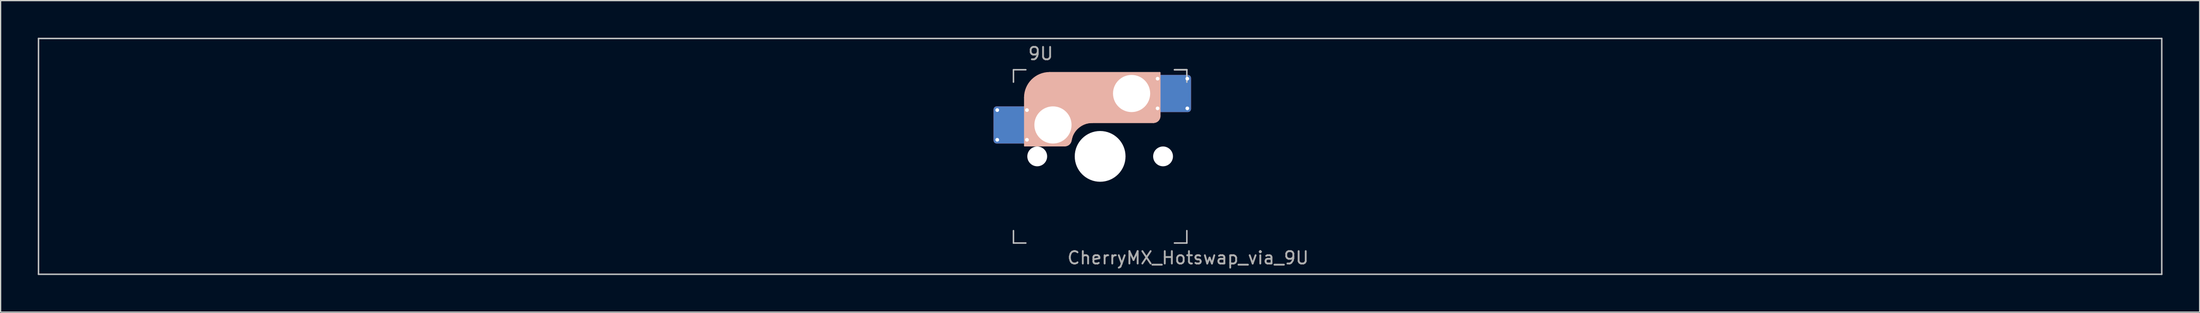
<source format=kicad_pcb>
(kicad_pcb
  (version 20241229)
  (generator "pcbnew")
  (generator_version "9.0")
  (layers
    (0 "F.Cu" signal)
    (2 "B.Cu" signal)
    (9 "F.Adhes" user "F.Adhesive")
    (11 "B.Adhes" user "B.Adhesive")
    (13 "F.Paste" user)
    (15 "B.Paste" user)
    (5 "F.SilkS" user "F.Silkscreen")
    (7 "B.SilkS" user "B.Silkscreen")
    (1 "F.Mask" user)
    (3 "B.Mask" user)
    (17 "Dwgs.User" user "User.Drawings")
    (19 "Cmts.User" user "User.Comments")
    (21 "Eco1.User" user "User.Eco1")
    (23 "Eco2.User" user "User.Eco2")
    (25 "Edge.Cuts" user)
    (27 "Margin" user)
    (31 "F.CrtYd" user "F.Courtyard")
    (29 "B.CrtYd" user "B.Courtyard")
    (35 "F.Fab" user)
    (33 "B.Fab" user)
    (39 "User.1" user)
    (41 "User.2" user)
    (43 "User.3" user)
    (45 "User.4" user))
  (footprint "CherryMX_Hotswap_via_9U"
    (layer "F.Cu")
    (at 85.785 9.585)
    (property "Reference" "CherryMX_Hotswap_via_9U" (at 7.1 8.2 0) (layer "F.Fab") (effects (font (size 1 1) (thickness 0.15))))
    (attr through_hole)
    (fp_line (start -8.11 -1.74) (end -8.11 -3.34) (stroke (width 0.12) (type solid)) (layer "B.Mask"))
    (fp_line (start -7.91 -3.54) (end -6.31 -3.54) (stroke (width 0.12) (type solid)) (layer "B.Mask"))
    (fp_line (start -6.31 -1.54) (end -7.91 -1.54) (stroke (width 0.12) (type solid)) (layer "B.Mask"))
    (fp_line (start -6.11 -3.34) (end -6.11 -1.74) (stroke (width 0.12) (type solid)) (layer "B.Mask"))
    (fp_line (start 4.84 -5.88) (end 4.84 -4.28) (stroke (width 0.12) (type solid)) (layer "B.Mask"))
    (fp_line (start 5.04 -6.08) (end 6.64 -6.08) (stroke (width 0.12) (type solid)) (layer "B.Mask"))
    (fp_line (start 5.04 -4.08) (end 6.64 -4.08) (stroke (width 0.12) (type solid)) (layer "B.Mask"))
    (fp_line (start 6.84 -4.28) (end 6.84 -5.88) (stroke (width 0.12) (type solid)) (layer "B.Mask"))
    (fp_arc (start -8.11 -3.34) (mid -8.051421 -3.481421) (end -7.91 -3.54) (stroke (width 0.12) (type solid)) (layer "B.Mask"))
    (fp_arc (start -7.91 -1.54) (mid -8.051421 -1.598579) (end -8.11 -1.74) (stroke (width 0.12) (type solid)) (layer "B.Mask"))
    (fp_arc (start -6.31 -3.54) (mid -6.168579 -3.481421) (end -6.11 -3.34) (stroke (width 0.12) (type solid)) (layer "B.Mask"))
    (fp_arc (start -6.11 -1.74) (mid -6.168579 -1.598579) (end -6.31 -1.54) (stroke (width 0.12) (type solid)) (layer "B.Mask"))
    (fp_arc (start 4.84 -5.88) (mid 4.898579 -6.021421) (end 5.04 -6.08) (stroke (width 0.12) (type solid)) (layer "B.Mask"))
    (fp_arc (start 5.04 -4.08) (mid 4.898579 -4.138579) (end 4.84 -4.28) (stroke (width 0.12) (type solid)) (layer "B.Mask"))
    (fp_arc (start 6.64 -6.08) (mid 6.781421 -6.021421) (end 6.84 -5.88) (stroke (width 0.12) (type solid)) (layer "B.Mask"))
    (fp_arc (start 6.84 -4.28) (mid 6.781421 -4.138579) (end 6.64 -4.08) (stroke (width 0.12) (type solid)) (layer "B.Mask"))
    (fp_poly (pts (xy -6.11 -3.34) (xy -6.11 -1.74) (xy -6.31 -1.54) (xy -7.91 -1.54) (xy -8.11 -1.74) (xy -8.11 -3.34) (xy -7.91 -3.54) (xy -6.31 -3.54)) (stroke (width 0.1) (type solid)) (fill yes) (layer "B.Mask"))
    (fp_poly (pts (xy 6.84 -5.88) (xy 6.84 -4.28) (xy 6.64 -4.08) (xy 5.04 -4.08) (xy 4.84 -4.28) (xy 4.84 -5.88) (xy 5.04 -6.08) (xy 6.64 -6.08)) (stroke (width 0.1) (type solid)) (fill yes) (layer "B.Mask"))
    (fp_line (start -6.085 -0.865) (end -6.085 -4.755) (stroke (width 0.12) (type solid)) (layer "B.SilkS"))
    (fp_line (start -4.085 -6.755) (end 4.815 -6.755) (stroke (width 0.12) (type solid)) (layer "B.SilkS"))
    (fp_line (start -2.852 -0.865) (end -6.085 -0.865) (stroke (width 0.12) (type solid)) (layer "B.SilkS"))
    (fp_line (start -0.635 -2.755) (end 4.315 -2.755) (stroke (width 0.12) (type solid)) (layer "B.SilkS"))
    (fp_line (start 4.815 -6.755) (end 4.815 -3.255) (stroke (width 0.12) (type solid)) (layer "B.SilkS"))
    (fp_arc (start -6.085 -4.755) (mid -5.499214 -6.169214) (end -4.085 -6.755) (stroke (width 0.12) (type solid)) (layer "B.SilkS"))
    (fp_arc (start -2.360959 -1.278326) (mid -1.770727 -2.335454) (end -0.635 -2.755) (stroke (width 0.12) (type solid)) (layer "B.SilkS"))
    (fp_arc (start -2.36 -1.278176) (mid -2.53101 -0.981978) (end -2.852404 -0.865) (stroke (width 0.12) (type solid)) (layer "B.SilkS"))
    (fp_arc (start 4.815 -3.255) (mid 4.668553 -2.901447) (end 4.315 -2.755) (stroke (width 0.12) (type solid)) (layer "B.SilkS"))
    (fp_poly (pts (xy 4.815 -3.255) (xy 4.633 -2.937) (xy 4.315 -2.755) (xy -0.635 -2.755) (xy -1.259 -2.696) (xy -1.805 -2.376) (xy -2.207 -1.885) (xy -2.361 -1.278) (xy -2.563 -1.02) (xy -2.852 -0.865) (xy -6.085 -0.865) (xy -6.085 -4.755) (xy -5.887 -5.501) (xy -5.464 -6.134) (xy -4.831 -6.557) (xy -4.085 -6.755) (xy 4.815 -6.755)) (stroke (width 0.1) (type solid)) (fill yes) (layer "B.SilkS"))
    (fp_line (start -8.11 -1.74) (end -8.11 -3.34) (stroke (width 0.12) (type solid)) (layer "B.Paste"))
    (fp_line (start -7.91 -3.54) (end -6.31 -3.54) (stroke (width 0.12) (type solid)) (layer "B.Paste"))
    (fp_line (start -6.31 -1.54) (end -7.91 -1.54) (stroke (width 0.12) (type solid)) (layer "B.Paste"))
    (fp_line (start -6.11 -3.34) (end -6.11 -1.74) (stroke (width 0.12) (type solid)) (layer "B.Paste"))
    (fp_line (start 4.84 -5.88) (end 4.84 -4.28) (stroke (width 0.12) (type solid)) (layer "B.Paste"))
    (fp_line (start 5.04 -6.08) (end 6.64 -6.08) (stroke (width 0.12) (type solid)) (layer "B.Paste"))
    (fp_line (start 5.04 -4.08) (end 6.64 -4.08) (stroke (width 0.12) (type solid)) (layer "B.Paste"))
    (fp_line (start 6.84 -4.28) (end 6.84 -5.88) (stroke (width 0.12) (type solid)) (layer "B.Paste"))
    (fp_arc (start -8.11 -3.34) (mid -8.051421 -3.481421) (end -7.91 -3.54) (stroke (width 0.12) (type solid)) (layer "B.Paste"))
    (fp_arc (start -7.91 -1.54) (mid -8.051421 -1.598579) (end -8.11 -1.74) (stroke (width 0.12) (type solid)) (layer "B.Paste"))
    (fp_arc (start -6.31 -3.54) (mid -6.168579 -3.481421) (end -6.11 -3.34) (stroke (width 0.12) (type solid)) (layer "B.Paste"))
    (fp_arc (start -6.11 -1.74) (mid -6.168579 -1.598579) (end -6.31 -1.54) (stroke (width 0.12) (type solid)) (layer "B.Paste"))
    (fp_arc (start 4.84 -5.88) (mid 4.898579 -6.021421) (end 5.04 -6.08) (stroke (width 0.12) (type solid)) (layer "B.Paste"))
    (fp_arc (start 5.04 -4.08) (mid 4.898579 -4.138579) (end 4.84 -4.28) (stroke (width 0.12) (type solid)) (layer "B.Paste"))
    (fp_arc (start 6.64 -6.08) (mid 6.781421 -6.021421) (end 6.84 -5.88) (stroke (width 0.12) (type solid)) (layer "B.Paste"))
    (fp_arc (start 6.84 -4.28) (mid 6.781421 -4.138579) (end 6.64 -4.08) (stroke (width 0.12) (type solid)) (layer "B.Paste"))
    (fp_poly (pts (xy -6.11 -3.34) (xy -6.11 -1.74) (xy -6.31 -1.54) (xy -7.91 -1.54) (xy -8.11 -1.74) (xy -8.11 -3.34) (xy -7.91 -3.54) (xy -6.31 -3.54)) (stroke (width 0.1) (type solid)) (fill yes) (layer "B.Paste"))
    (fp_poly (pts (xy 6.84 -5.88) (xy 6.84 -4.28) (xy 6.64 -4.08) (xy 5.04 -4.08) (xy 4.84 -4.28) (xy 4.84 -5.88) (xy 5.04 -6.08) (xy 6.64 -6.08)) (stroke (width 0.1) (type solid)) (fill yes) (layer "B.Paste"))
    (fp_line (start -85.725 -9.525) (end 85.725 -9.525) (stroke (width 0.12) (type solid)) (layer "Dwgs.User"))
    (fp_line (start -85.725 9.525) (end -85.725 -9.525) (stroke (width 0.12) (type solid)) (layer "Dwgs.User"))
    (fp_line (start -7 -7) (end -7 -6) (stroke (width 0.12) (type solid)) (layer "Dwgs.User"))
    (fp_line (start -7 -7) (end -6 -7) (stroke (width 0.12) (type solid)) (layer "Dwgs.User"))
    (fp_line (start -7 7) (end -7 6) (stroke (width 0.12) (type solid)) (layer "Dwgs.User"))
    (fp_line (start -7 7) (end -6 7) (stroke (width 0.12) (type solid)) (layer "Dwgs.User"))
    (fp_line (start 6 -7) (end 7 -7) (stroke (width 0.12) (type solid)) (layer "Dwgs.User"))
    (fp_line (start 7 -7) (end 6 -7) (stroke (width 0.12) (type solid)) (layer "Dwgs.User"))
    (fp_line (start 7 -7) (end 7 -6) (stroke (width 0.12) (type solid)) (layer "Dwgs.User"))
    (fp_line (start 7 7) (end 6 7) (stroke (width 0.12) (type solid)) (layer "Dwgs.User"))
    (fp_line (start 7 7) (end 7 6) (stroke (width 0.12) (type solid)) (layer "Dwgs.User"))
    (fp_line (start 85.725 -9.525) (end 85.725 9.525) (stroke (width 0.12) (type solid)) (layer "Dwgs.User"))
    (fp_line (start 85.725 9.525) (end -85.725 9.525) (stroke (width 0.12) (type solid)) (layer "Dwgs.User"))
    (fp_text user "9U" (at -4.8 -8.3 0) (layer "F.Fab") (effects (font (size 1 1) (thickness 0.15))))
    (pad "" np_thru_hole circle (at -5.08 0) (size 1.6 1.6) (drill 1.6) (layers "*.Cu" "*.Mask"))
    (pad "" np_thru_hole circle (at -3.81 -2.54) (size 3 3) (drill 3) (layers "*.Cu" "*.Mask"))
    (pad "" np_thru_hole circle (at 0 0) (size 4.1 4.1) (drill 4.1) (layers "*.Cu" "*.Mask"))
    (pad "" np_thru_hole circle (at 2.54 -5.08) (size 3 3) (drill 3) (layers "*.Cu" "*.Mask"))
    (pad "" np_thru_hole circle (at 5.08 0) (size 1.6 1.6) (drill 1.6) (layers "*.Cu" "*.Mask"))
    (pad "1" thru_hole circle (at -8.31 -3.74) (size 0.5 0.5) (drill 0.3) (layers "*.Cu"))
    (pad "1" thru_hole circle (at -8.31 -1.34) (size 0.5 0.5) (drill 0.3) (layers "*.Cu"))
    (pad "1" smd roundrect (at -7.11 -2.54) (size 3 3) (layers "F.Cu") (roundrect_rratio 0.083))
    (pad "1" smd roundrect (at -7.11 -2.54 180) (size 3 3) (layers "B.Cu") (roundrect_rratio 0.083))
    (pad "1" thru_hole circle (at -5.91 -3.74) (size 0.5 0.5) (drill 0.3) (layers "*.Cu"))
    (pad "1" thru_hole circle (at -5.91 -1.34) (size 0.5 0.5) (drill 0.3) (layers "*.Cu"))
    (pad "2" thru_hole circle (at 4.64 -6.28 180) (size 0.5 0.5) (drill 0.3) (layers "*.Cu"))
    (pad "2" thru_hole circle (at 4.64 -3.88 180) (size 0.5 0.5) (drill 0.3) (layers "*.Cu"))
    (pad "2" smd roundrect (at 5.84 -5.08 180) (size 3 3) (layers "F.Cu") (roundrect_rratio 0.083))
    (pad "2" smd roundrect (at 5.84 -5.08 180) (size 3 3) (layers "B.Cu") (roundrect_rratio 0.083))
    (pad "2" thru_hole circle (at 7.04 -6.28 180) (size 0.5 0.5) (drill 0.3) (layers "*.Cu"))
    (pad "2" thru_hole circle (at 7.04 -3.88 180) (size 0.5 0.5) (drill 0.3) (layers "*.Cu")))
  (gr_rect
    (start -3 -3)
    (end 174.57 22.17)
    (stroke (width 0.1) (type default))
    (fill no)
    (layer "Edge.Cuts")))
</source>
